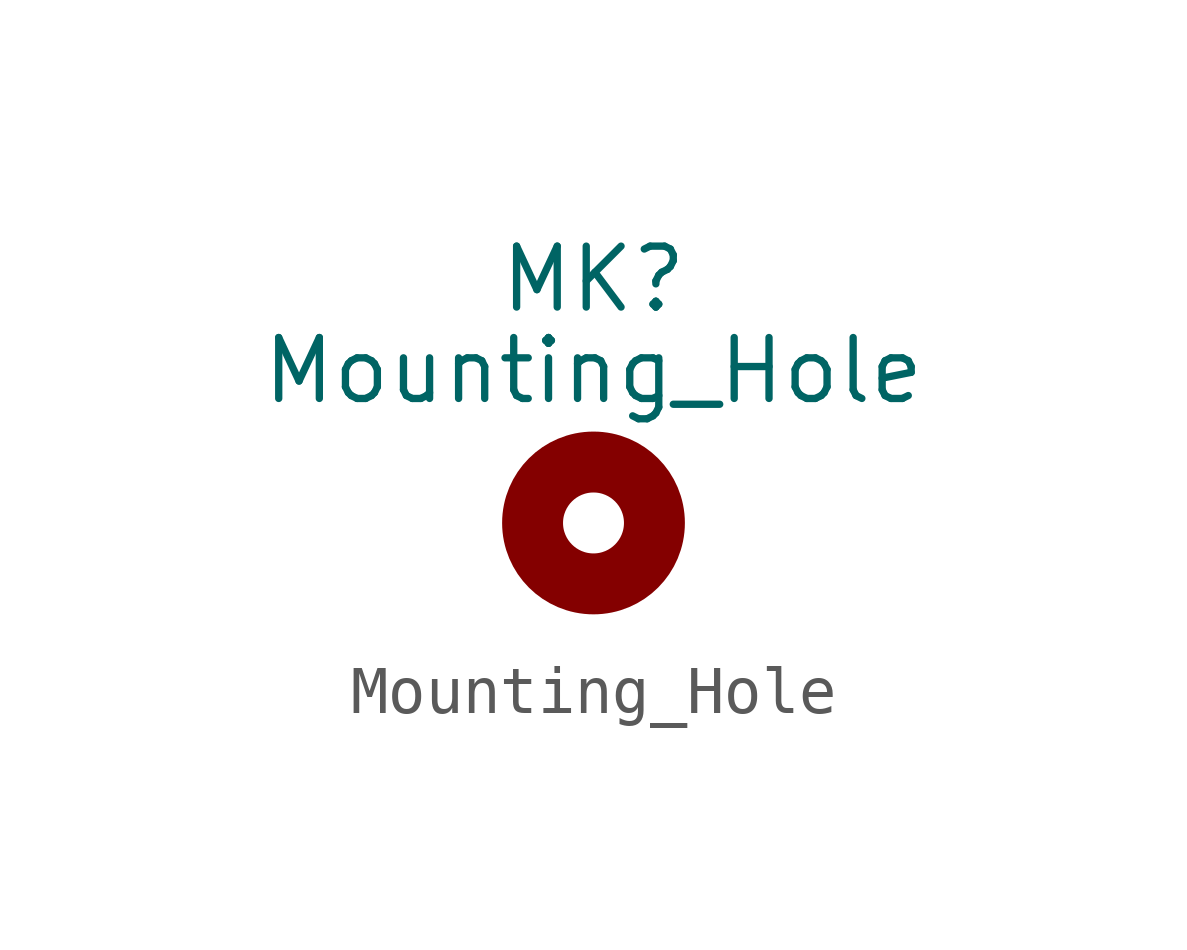
<source format=kicad_sym>
(kicad_symbol_lib
  (version 20210619)
  (generator kicad_symbol_editor)
  (symbol "Mounting_Hole"
    (pin_names
      (offset 1.016))
    (property "Reference" "MK"
      (at 0 5.08 0)
      (effects (font (size 1.27 1.27))))
    (property "Value" "Mounting_Hole"
      (at 0 3.175 0)
      (effects (font (size 1.27 1.27))))
    (symbol "Mounting_Hole_0_1"
      (circle (center 0 0) (radius 1.27) (stroke (width 1.27)) (fill (type none))))))
</source>
